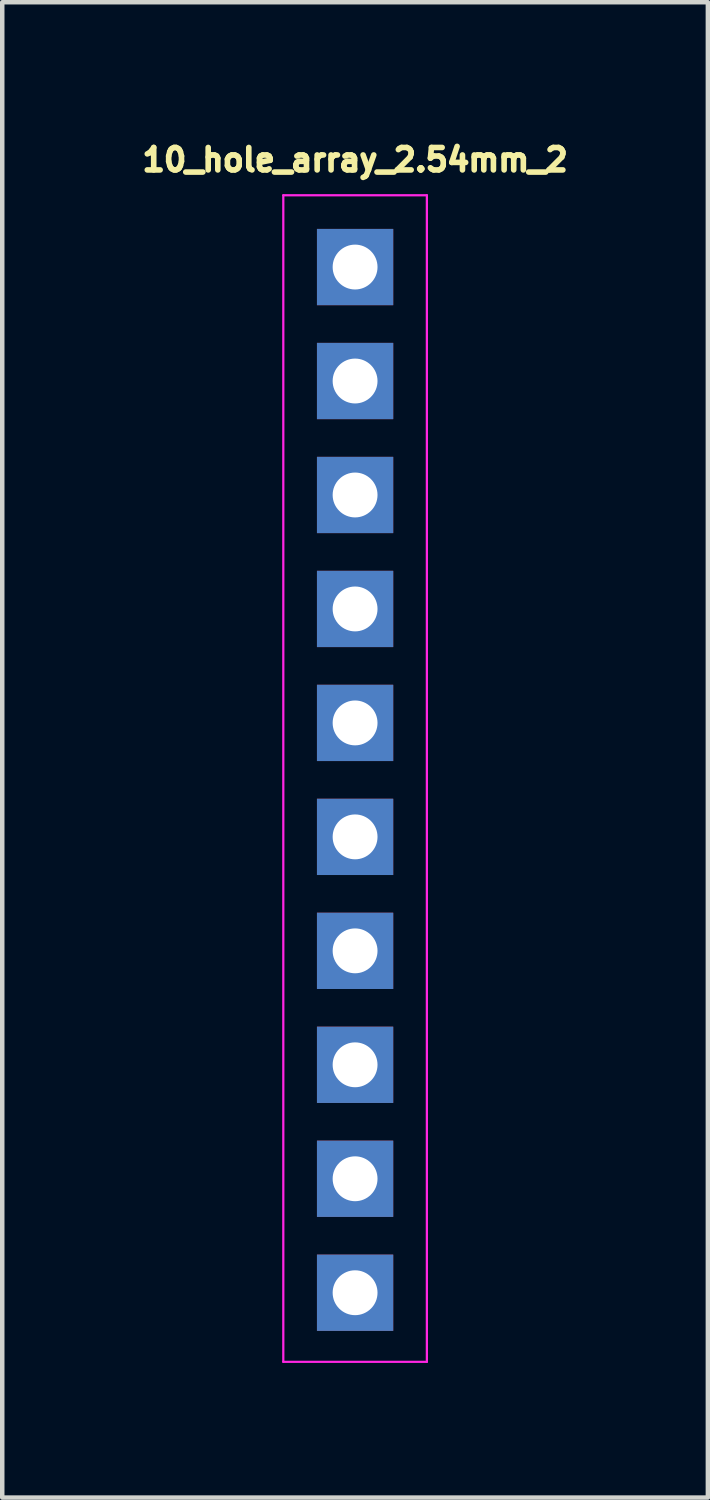
<source format=kicad_pcb>
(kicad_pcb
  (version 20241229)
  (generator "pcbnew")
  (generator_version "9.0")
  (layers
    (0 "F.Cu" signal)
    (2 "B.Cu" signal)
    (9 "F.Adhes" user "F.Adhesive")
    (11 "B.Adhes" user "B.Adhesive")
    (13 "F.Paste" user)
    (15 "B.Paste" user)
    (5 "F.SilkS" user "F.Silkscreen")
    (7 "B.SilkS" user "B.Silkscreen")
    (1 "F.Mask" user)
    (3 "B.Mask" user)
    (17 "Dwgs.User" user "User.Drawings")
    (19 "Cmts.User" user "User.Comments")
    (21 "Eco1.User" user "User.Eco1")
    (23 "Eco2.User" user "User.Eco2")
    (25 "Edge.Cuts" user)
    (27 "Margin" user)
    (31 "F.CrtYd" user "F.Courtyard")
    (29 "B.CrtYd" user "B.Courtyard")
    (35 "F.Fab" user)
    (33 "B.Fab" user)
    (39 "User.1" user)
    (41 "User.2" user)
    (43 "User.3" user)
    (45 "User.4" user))
  (footprint "10_hole_array_2.54mm_2"
    (layer "F.Cu")
    (at 4.864 2.902)
    (property "Reference" "10_hole_array_2.54mm_2" (at 0 -2.39 0) (layer "F.SilkS") (effects (font (size 0.5 0.5) (thickness 0.125))))
    (attr through_hole)
    (fp_line (start -1.6 -1.6) (end -1.6 24.4) (stroke (width 0.05) (type solid)) (layer "F.CrtYd"))
    (fp_line (start -1.6 24.4) (end 1.6 24.4) (stroke (width 0.05) (type solid)) (layer "F.CrtYd"))
    (fp_line (start 1.6 -1.6) (end -1.6 -1.6) (stroke (width 0.05) (type solid)) (layer "F.CrtYd"))
    (fp_line (start 1.6 24.4) (end 1.6 -1.6) (stroke (width 0.05) (type solid)) (layer "F.CrtYd"))
    (pad "1" thru_hole rect (at 0 0) (size 1.7 1.7) (drill 1) (layers "*.Cu" "*.Mask"))
    (pad "2" thru_hole rect (at 0 2.54) (size 1.7 1.7) (drill 1) (layers "*.Cu" "*.Mask"))
    (pad "3" thru_hole rect (at 0 5.08) (size 1.7 1.7) (drill 1) (layers "*.Cu" "*.Mask"))
    (pad "4" thru_hole rect (at 0 7.62) (size 1.7 1.7) (drill 1) (layers "*.Cu" "*.Mask"))
    (pad "5" thru_hole rect (at 0 10.16) (size 1.7 1.7) (drill 1) (layers "*.Cu" "*.Mask"))
    (pad "6" thru_hole rect (at 0 12.7) (size 1.7 1.7) (drill 1) (layers "*.Cu" "*.Mask"))
    (pad "7" thru_hole rect (at 0 15.24) (size 1.7 1.7) (drill 1) (layers "*.Cu" "*.Mask"))
    (pad "8" thru_hole rect (at 0 17.78) (size 1.7 1.7) (drill 1) (layers "*.Cu" "*.Mask"))
    (pad "9" thru_hole rect (at 0 20.32) (size 1.7 1.7) (drill 1) (layers "*.Cu" "*.Mask"))
    (pad "10" thru_hole rect (at 0 22.86) (size 1.7 1.7) (drill 1) (layers "*.Cu" "*.Mask")))
  (gr_rect
    (start -3 -3)
    (end 12.727 30.327)
    (stroke (width 0.1) (type default))
    (fill no)
    (layer "Edge.Cuts")))
</source>
